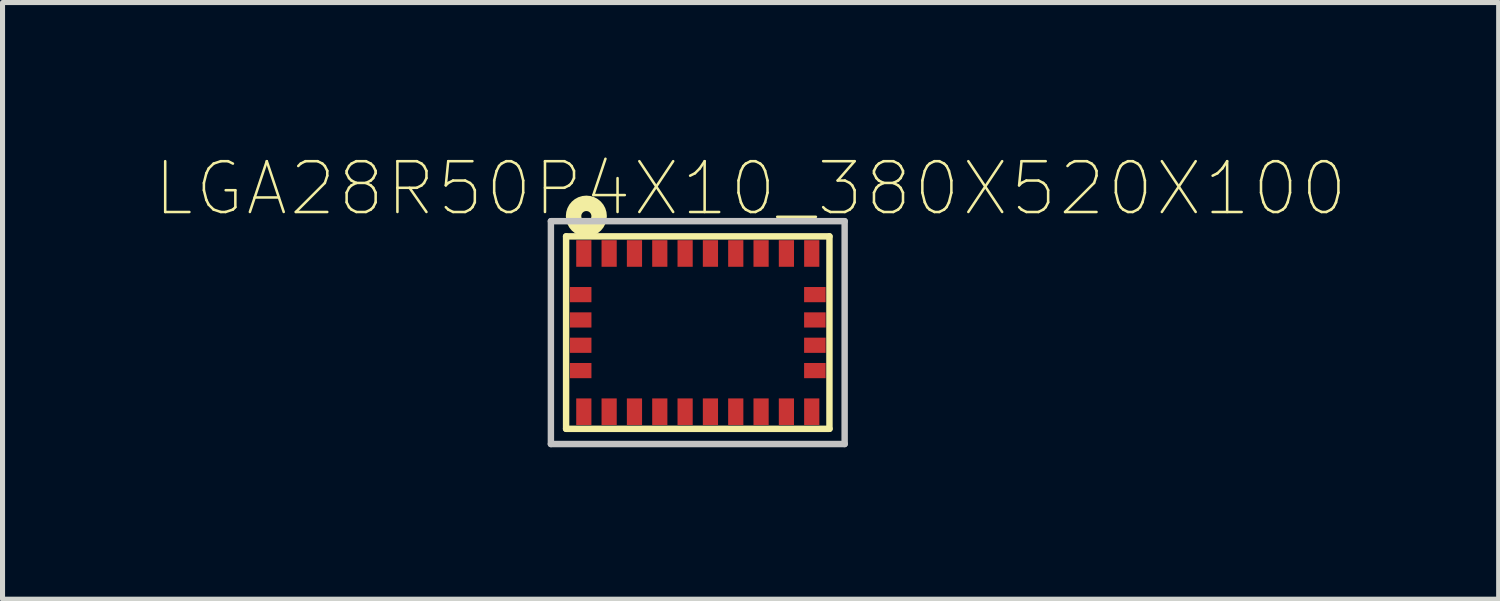
<source format=kicad_pcb>
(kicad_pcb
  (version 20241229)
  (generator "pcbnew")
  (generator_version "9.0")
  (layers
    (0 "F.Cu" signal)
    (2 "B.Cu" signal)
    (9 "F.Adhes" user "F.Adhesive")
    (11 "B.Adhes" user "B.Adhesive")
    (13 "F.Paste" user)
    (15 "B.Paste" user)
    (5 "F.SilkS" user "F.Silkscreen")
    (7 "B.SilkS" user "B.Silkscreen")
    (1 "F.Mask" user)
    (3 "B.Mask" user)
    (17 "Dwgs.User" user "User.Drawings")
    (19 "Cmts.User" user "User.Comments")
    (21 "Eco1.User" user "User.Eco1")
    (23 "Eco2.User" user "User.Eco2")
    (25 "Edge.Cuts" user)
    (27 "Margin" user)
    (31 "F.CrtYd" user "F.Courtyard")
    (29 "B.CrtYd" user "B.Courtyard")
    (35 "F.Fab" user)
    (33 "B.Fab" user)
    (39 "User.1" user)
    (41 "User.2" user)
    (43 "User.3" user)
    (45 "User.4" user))
  (footprint "LGA28R50P4X10_380X520X100"
    (layer "F.Cu")
    (at 10.727 3.517)
    (property "Reference" "LGA28R50P4X10_380X520X100" (at 1.043 -2.843 0) (layer "F.SilkS") (effects (font (size 1.003 1.003) (thickness 0.05))))
    (attr smd)
    (fp_line (start -2.6 -1.9) (end -2.6 1.9) (stroke (width 0.127) (type solid)) (layer "F.SilkS"))
    (fp_line (start -2.6 1.9) (end 2.6 1.9) (stroke (width 0.127) (type solid)) (layer "F.SilkS"))
    (fp_line (start 2.6 -1.9) (end -2.6 -1.9) (stroke (width 0.127) (type solid)) (layer "F.SilkS"))
    (fp_line (start 2.6 1.9) (end 2.6 -1.9) (stroke (width 0.127) (type solid)) (layer "F.SilkS"))
    (fp_circle (center -2.2 -2.3) (end -2.1 -2.3) (stroke (width 0.305) (type solid)) (fill no) (layer "F.SilkS"))
    (fp_line (start -2.9 -2.2) (end 2.9 -2.2) (stroke (width 0.127) (type solid)) (layer "Dwgs.User"))
    (fp_line (start -2.9 2.2) (end -2.9 -2.2) (stroke (width 0.127) (type solid)) (layer "Dwgs.User"))
    (fp_line (start 2.9 -2.2) (end 2.9 2.2) (stroke (width 0.127) (type solid)) (layer "Dwgs.User"))
    (fp_line (start 2.9 2.2) (end -2.9 2.2) (stroke (width 0.127) (type solid)) (layer "Dwgs.User"))
    (pad "1" smd rect (at -2.25 -1.562 180) (size 0.3 0.525) (layers "F.Cu" "F.Mask" "F.Paste"))
    (pad "2" smd rect (at -2.312 -0.75 270) (size 0.3 0.425) (layers "F.Cu" "F.Mask" "F.Paste"))
    (pad "3" smd rect (at -2.312 -0.25 270) (size 0.3 0.425) (layers "F.Cu" "F.Mask" "F.Paste"))
    (pad "4" smd rect (at -2.312 0.25 270) (size 0.3 0.425) (layers "F.Cu" "F.Mask" "F.Paste"))
    (pad "5" smd rect (at -2.312 0.75 270) (size 0.3 0.425) (layers "F.Cu" "F.Mask" "F.Paste"))
    (pad "6" smd rect (at -2.25 1.562 180) (size 0.3 0.525) (layers "F.Cu" "F.Mask" "F.Paste"))
    (pad "7" smd rect (at -1.75 1.562 180) (size 0.3 0.525) (layers "F.Cu" "F.Mask" "F.Paste"))
    (pad "8" smd rect (at -1.25 1.562 180) (size 0.3 0.525) (layers "F.Cu" "F.Mask" "F.Paste"))
    (pad "9" smd rect (at -0.75 1.562 180) (size 0.3 0.525) (layers "F.Cu" "F.Mask" "F.Paste"))
    (pad "10" smd rect (at -0.25 1.562 180) (size 0.3 0.525) (layers "F.Cu" "F.Mask" "F.Paste"))
    (pad "11" smd rect (at 0.25 1.562 180) (size 0.3 0.525) (layers "F.Cu" "F.Mask" "F.Paste"))
    (pad "12" smd rect (at 0.75 1.562 180) (size 0.3 0.525) (layers "F.Cu" "F.Mask" "F.Paste"))
    (pad "13" smd rect (at 1.25 1.562 180) (size 0.3 0.525) (layers "F.Cu" "F.Mask" "F.Paste"))
    (pad "14" smd rect (at 1.75 1.562 180) (size 0.3 0.525) (layers "F.Cu" "F.Mask" "F.Paste"))
    (pad "15" smd rect (at 2.25 1.562 180) (size 0.3 0.525) (layers "F.Cu" "F.Mask" "F.Paste"))
    (pad "16" smd rect (at 2.312 0.75 270) (size 0.3 0.425) (layers "F.Cu" "F.Mask" "F.Paste"))
    (pad "17" smd rect (at 2.312 0.25 270) (size 0.3 0.425) (layers "F.Cu" "F.Mask" "F.Paste"))
    (pad "18" smd rect (at 2.312 -0.25 270) (size 0.3 0.425) (layers "F.Cu" "F.Mask" "F.Paste"))
    (pad "19" smd rect (at 2.312 -0.75 270) (size 0.3 0.425) (layers "F.Cu" "F.Mask" "F.Paste"))
    (pad "20" smd rect (at 2.25 -1.562 180) (size 0.3 0.525) (layers "F.Cu" "F.Mask" "F.Paste"))
    (pad "21" smd rect (at 1.75 -1.562 180) (size 0.3 0.525) (layers "F.Cu" "F.Mask" "F.Paste"))
    (pad "22" smd rect (at 1.25 -1.562 180) (size 0.3 0.525) (layers "F.Cu" "F.Mask" "F.Paste"))
    (pad "23" smd rect (at 0.75 -1.562 180) (size 0.3 0.525) (layers "F.Cu" "F.Mask" "F.Paste"))
    (pad "24" smd rect (at 0.25 -1.562 180) (size 0.3 0.525) (layers "F.Cu" "F.Mask" "F.Paste"))
    (pad "25" smd rect (at -0.25 -1.562 180) (size 0.3 0.525) (layers "F.Cu" "F.Mask" "F.Paste"))
    (pad "26" smd rect (at -0.75 -1.562 180) (size 0.3 0.525) (layers "F.Cu" "F.Mask" "F.Paste"))
    (pad "27" smd rect (at -1.25 -1.562 180) (size 0.3 0.525) (layers "F.Cu" "F.Mask" "F.Paste"))
    (pad "28" smd rect (at -1.75 -1.562 180) (size 0.3 0.525) (layers "F.Cu" "F.Mask" "F.Paste")))
  (gr_rect
    (start -3 -3)
    (end 26.54 8.781)
    (stroke (width 0.1) (type default))
    (fill no)
    (layer "Edge.Cuts")))
</source>
